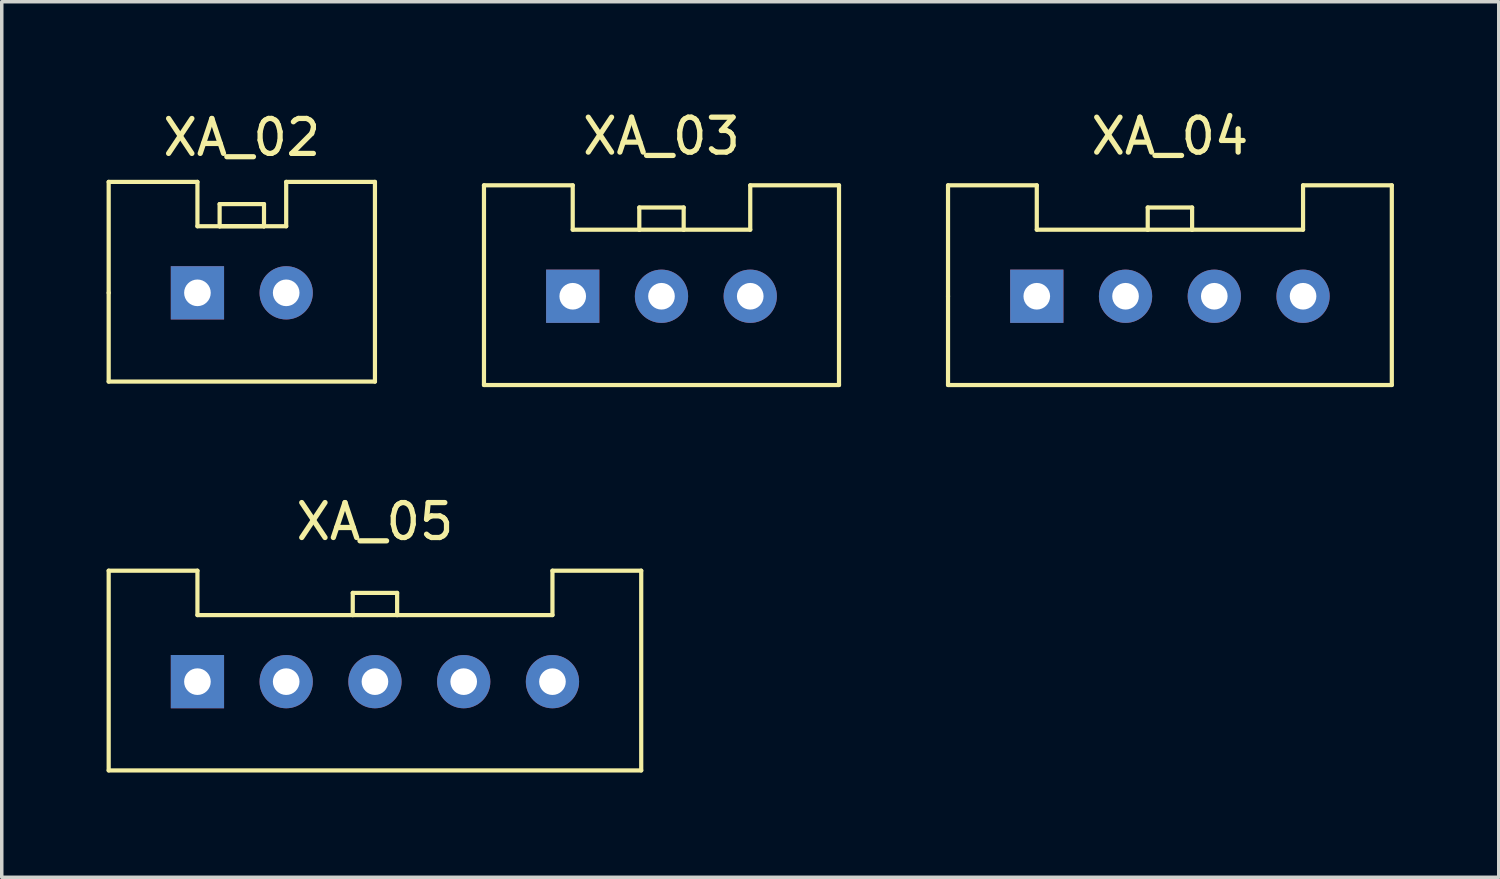
<source format=kicad_pcb>
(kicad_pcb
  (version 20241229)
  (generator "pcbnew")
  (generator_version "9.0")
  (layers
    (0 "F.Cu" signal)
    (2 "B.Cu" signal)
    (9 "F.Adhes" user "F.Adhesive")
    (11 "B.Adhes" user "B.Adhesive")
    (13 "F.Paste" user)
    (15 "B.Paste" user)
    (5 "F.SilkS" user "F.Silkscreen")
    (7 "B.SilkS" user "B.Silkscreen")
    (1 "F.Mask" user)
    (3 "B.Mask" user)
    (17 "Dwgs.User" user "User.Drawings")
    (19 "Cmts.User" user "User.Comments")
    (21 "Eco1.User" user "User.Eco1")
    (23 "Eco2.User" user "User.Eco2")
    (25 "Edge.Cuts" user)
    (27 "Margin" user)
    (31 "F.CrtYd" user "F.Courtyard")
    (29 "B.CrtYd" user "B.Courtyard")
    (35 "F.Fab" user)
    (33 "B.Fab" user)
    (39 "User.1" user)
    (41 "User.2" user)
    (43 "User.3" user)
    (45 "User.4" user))
  (footprint "XA_03"
    (layer "F.Cu")
    (at 15.88 0.348)
    (property "Reference" "XA_03" (at 0 0.5 0) (layer "F.SilkS") (effects (font (size 1 1) (thickness 0.15))))
    (attr through_hole)
    (fp_line (start -5.08 1.905) (end -2.54 1.905) (stroke (width 0.12) (type solid)) (layer "F.SilkS"))
    (fp_line (start -5.08 7.62) (end -5.08 1.905) (stroke (width 0.12) (type solid)) (layer "F.SilkS"))
    (fp_line (start -5.08 7.62) (end 5.08 7.62) (stroke (width 0.12) (type solid)) (layer "F.SilkS"))
    (fp_line (start -2.54 1.905) (end -2.54 3.175) (stroke (width 0.12) (type solid)) (layer "F.SilkS"))
    (fp_line (start -2.54 3.175) (end -0.635 3.175) (stroke (width 0.12) (type solid)) (layer "F.SilkS"))
    (fp_line (start -0.635 2.54) (end 0.635 2.54) (stroke (width 0.12) (type solid)) (layer "F.SilkS"))
    (fp_line (start -0.635 3.175) (end -0.635 2.54) (stroke (width 0.12) (type solid)) (layer "F.SilkS"))
    (fp_line (start -0.635 3.175) (end 0.635 3.175) (stroke (width 0.12) (type solid)) (layer "F.SilkS"))
    (fp_line (start 0.635 2.54) (end 0.635 3.175) (stroke (width 0.12) (type solid)) (layer "F.SilkS"))
    (fp_line (start 0.635 3.175) (end 2.54 3.175) (stroke (width 0.12) (type solid)) (layer "F.SilkS"))
    (fp_line (start 2.54 1.905) (end 5.08 1.905) (stroke (width 0.12) (type solid)) (layer "F.SilkS"))
    (fp_line (start 2.54 3.175) (end 2.54 1.905) (stroke (width 0.12) (type solid)) (layer "F.SilkS"))
    (fp_line (start 5.08 7.62) (end 5.08 1.905) (stroke (width 0.12) (type solid)) (layer "F.SilkS"))
    (pad "1" thru_hole rect (at -2.54 5.08) (size 1.524 1.524) (drill 0.762) (layers "*.Cu" "*.Mask"))
    (pad "2" thru_hole circle (at 0 5.08) (size 1.524 1.524) (drill 0.762) (layers "*.Cu" "*.Mask"))
    (pad "3" thru_hole circle (at 2.54 5.08) (size 1.524 1.524) (drill 0.762) (layers "*.Cu" "*.Mask")))
  (footprint "XA_02"
    (layer "F.Cu")
    (at 3.87 0.25)
    (property "Reference" "XA_02" (at 0 0.635 0) (layer "F.SilkS") (effects (font (size 1 1) (thickness 0.15))))
    (attr through_hole)
    (fp_line (start -3.81 1.905) (end -1.27 1.905) (stroke (width 0.12) (type solid)) (layer "F.SilkS"))
    (fp_line (start -3.81 5.08) (end -3.81 1.905) (stroke (width 0.12) (type solid)) (layer "F.SilkS"))
    (fp_line (start -3.81 7.62) (end -3.81 5.08) (stroke (width 0.12) (type solid)) (layer "F.SilkS"))
    (fp_line (start -1.27 1.905) (end -1.27 3.175) (stroke (width 0.12) (type solid)) (layer "F.SilkS"))
    (fp_line (start -1.27 3.175) (end -0.635 3.175) (stroke (width 0.12) (type solid)) (layer "F.SilkS"))
    (fp_line (start -0.635 2.54) (end 0.635 2.54) (stroke (width 0.12) (type solid)) (layer "F.SilkS"))
    (fp_line (start -0.635 3.175) (end -0.635 2.54) (stroke (width 0.12) (type solid)) (layer "F.SilkS"))
    (fp_line (start -0.635 3.175) (end 0.635 3.175) (stroke (width 0.12) (type solid)) (layer "F.SilkS"))
    (fp_line (start -0.635 3.175) (end 0.635 3.175) (stroke (width 0.12) (type solid)) (layer "F.SilkS"))
    (fp_line (start 0.635 2.54) (end 0.635 3.175) (stroke (width 0.12) (type solid)) (layer "F.SilkS"))
    (fp_line (start 0.635 3.175) (end 1.27 3.175) (stroke (width 0.12) (type solid)) (layer "F.SilkS"))
    (fp_line (start 1.27 1.905) (end 3.81 1.905) (stroke (width 0.12) (type solid)) (layer "F.SilkS"))
    (fp_line (start 1.27 3.175) (end 1.27 1.905) (stroke (width 0.12) (type solid)) (layer "F.SilkS"))
    (fp_line (start 3.81 1.905) (end 3.81 7.62) (stroke (width 0.12) (type solid)) (layer "F.SilkS"))
    (fp_line (start 3.81 7.62) (end -3.81 7.62) (stroke (width 0.12) (type solid)) (layer "F.SilkS"))
    (pad "1" thru_hole rect (at -1.27 5.08) (size 1.524 1.524) (drill 0.762) (layers "*.Cu" "*.Mask"))
    (pad "2" thru_hole circle (at 1.27 5.08) (size 1.524 1.524) (drill 0.762) (layers "*.Cu" "*.Mask")))
  (footprint "XA_05"
    (layer "F.Cu")
    (at 7.68 11.377)
    (property "Reference" "XA_05" (at 0 0.5 0) (layer "F.SilkS") (effects (font (size 1 1) (thickness 0.15))))
    (attr through_hole)
    (fp_line (start -7.62 1.905) (end -7.62 7.62) (stroke (width 0.12) (type solid)) (layer "F.SilkS"))
    (fp_line (start -7.62 1.905) (end -5.08 1.905) (stroke (width 0.12) (type solid)) (layer "F.SilkS"))
    (fp_line (start -7.62 7.62) (end 7.62 7.62) (stroke (width 0.12) (type solid)) (layer "F.SilkS"))
    (fp_line (start -5.08 1.905) (end -5.08 3.175) (stroke (width 0.12) (type solid)) (layer "F.SilkS"))
    (fp_line (start -5.08 3.175) (end -0.635 3.175) (stroke (width 0.12) (type solid)) (layer "F.SilkS"))
    (fp_line (start -0.635 2.54) (end 0.635 2.54) (stroke (width 0.12) (type solid)) (layer "F.SilkS"))
    (fp_line (start -0.635 3.175) (end -0.635 2.54) (stroke (width 0.12) (type solid)) (layer "F.SilkS"))
    (fp_line (start -0.635 3.175) (end 0.635 3.175) (stroke (width 0.12) (type solid)) (layer "F.SilkS"))
    (fp_line (start 0.635 2.54) (end 0.635 3.175) (stroke (width 0.12) (type solid)) (layer "F.SilkS"))
    (fp_line (start 0.635 3.175) (end 5.08 3.175) (stroke (width 0.12) (type solid)) (layer "F.SilkS"))
    (fp_line (start 5.08 3.175) (end 5.08 1.905) (stroke (width 0.12) (type solid)) (layer "F.SilkS"))
    (fp_line (start 7.62 1.905) (end 5.08 1.905) (stroke (width 0.12) (type solid)) (layer "F.SilkS"))
    (fp_line (start 7.62 7.62) (end 7.62 1.905) (stroke (width 0.12) (type solid)) (layer "F.SilkS"))
    (pad "1" thru_hole rect (at -5.08 5.08) (size 1.524 1.524) (drill 0.762) (layers "*.Cu" "*.Mask"))
    (pad "2" thru_hole circle (at -2.54 5.08) (size 1.524 1.524) (drill 0.762) (layers "*.Cu" "*.Mask"))
    (pad "3" thru_hole circle (at 0 5.08) (size 1.524 1.524) (drill 0.762) (layers "*.Cu" "*.Mask"))
    (pad "4" thru_hole circle (at 2.54 5.08) (size 1.524 1.524) (drill 0.762) (layers "*.Cu" "*.Mask"))
    (pad "5" thru_hole circle (at 5.08 5.08) (size 1.524 1.524) (drill 0.762) (layers "*.Cu" "*.Mask")))
  (footprint "XA_04"
    (layer "F.Cu")
    (at 30.43 0.348)
    (property "Reference" "XA_04" (at 0 0.5 0) (layer "F.SilkS") (effects (font (size 1 1) (thickness 0.15))))
    (attr through_hole)
    (fp_line (start -6.35 1.905) (end -3.81 1.905) (stroke (width 0.12) (type solid)) (layer "F.SilkS"))
    (fp_line (start -6.35 5.08) (end -6.35 1.905) (stroke (width 0.12) (type solid)) (layer "F.SilkS"))
    (fp_line (start -6.35 7.62) (end -6.35 5.08) (stroke (width 0.12) (type solid)) (layer "F.SilkS"))
    (fp_line (start -3.81 1.905) (end -3.81 3.175) (stroke (width 0.12) (type solid)) (layer "F.SilkS"))
    (fp_line (start -3.81 3.175) (end -0.635 3.175) (stroke (width 0.12) (type solid)) (layer "F.SilkS"))
    (fp_line (start -0.635 2.54) (end 0.635 2.54) (stroke (width 0.12) (type solid)) (layer "F.SilkS"))
    (fp_line (start -0.635 3.175) (end -0.635 2.54) (stroke (width 0.12) (type solid)) (layer "F.SilkS"))
    (fp_line (start -0.635 3.175) (end 0.635 3.175) (stroke (width 0.12) (type solid)) (layer "F.SilkS"))
    (fp_line (start 0.635 2.54) (end 0.635 3.175) (stroke (width 0.12) (type solid)) (layer "F.SilkS"))
    (fp_line (start 0.635 3.175) (end 3.81 3.175) (stroke (width 0.12) (type solid)) (layer "F.SilkS"))
    (fp_line (start 3.81 1.905) (end 6.35 1.905) (stroke (width 0.12) (type solid)) (layer "F.SilkS"))
    (fp_line (start 3.81 3.175) (end 3.81 1.905) (stroke (width 0.12) (type solid)) (layer "F.SilkS"))
    (fp_line (start 6.35 1.905) (end 6.35 7.62) (stroke (width 0.12) (type solid)) (layer "F.SilkS"))
    (fp_line (start 6.35 7.62) (end -6.35 7.62) (stroke (width 0.12) (type solid)) (layer "F.SilkS"))
    (pad "1" thru_hole rect (at -3.81 5.08) (size 1.524 1.524) (drill 0.762) (layers "*.Cu" "*.Mask"))
    (pad "2" thru_hole circle (at -1.27 5.08) (size 1.524 1.524) (drill 0.762) (layers "*.Cu" "*.Mask"))
    (pad "3" thru_hole circle (at 1.27 5.08) (size 1.524 1.524) (drill 0.762) (layers "*.Cu" "*.Mask"))
    (pad "4" thru_hole circle (at 3.81 5.08) (size 1.524 1.524) (drill 0.762) (layers "*.Cu" "*.Mask")))
  (gr_rect
    (start -3 -3)
    (end 39.84 22.056)
    (stroke (width 0.1) (type default))
    (fill no)
    (layer "Edge.Cuts")))
</source>
